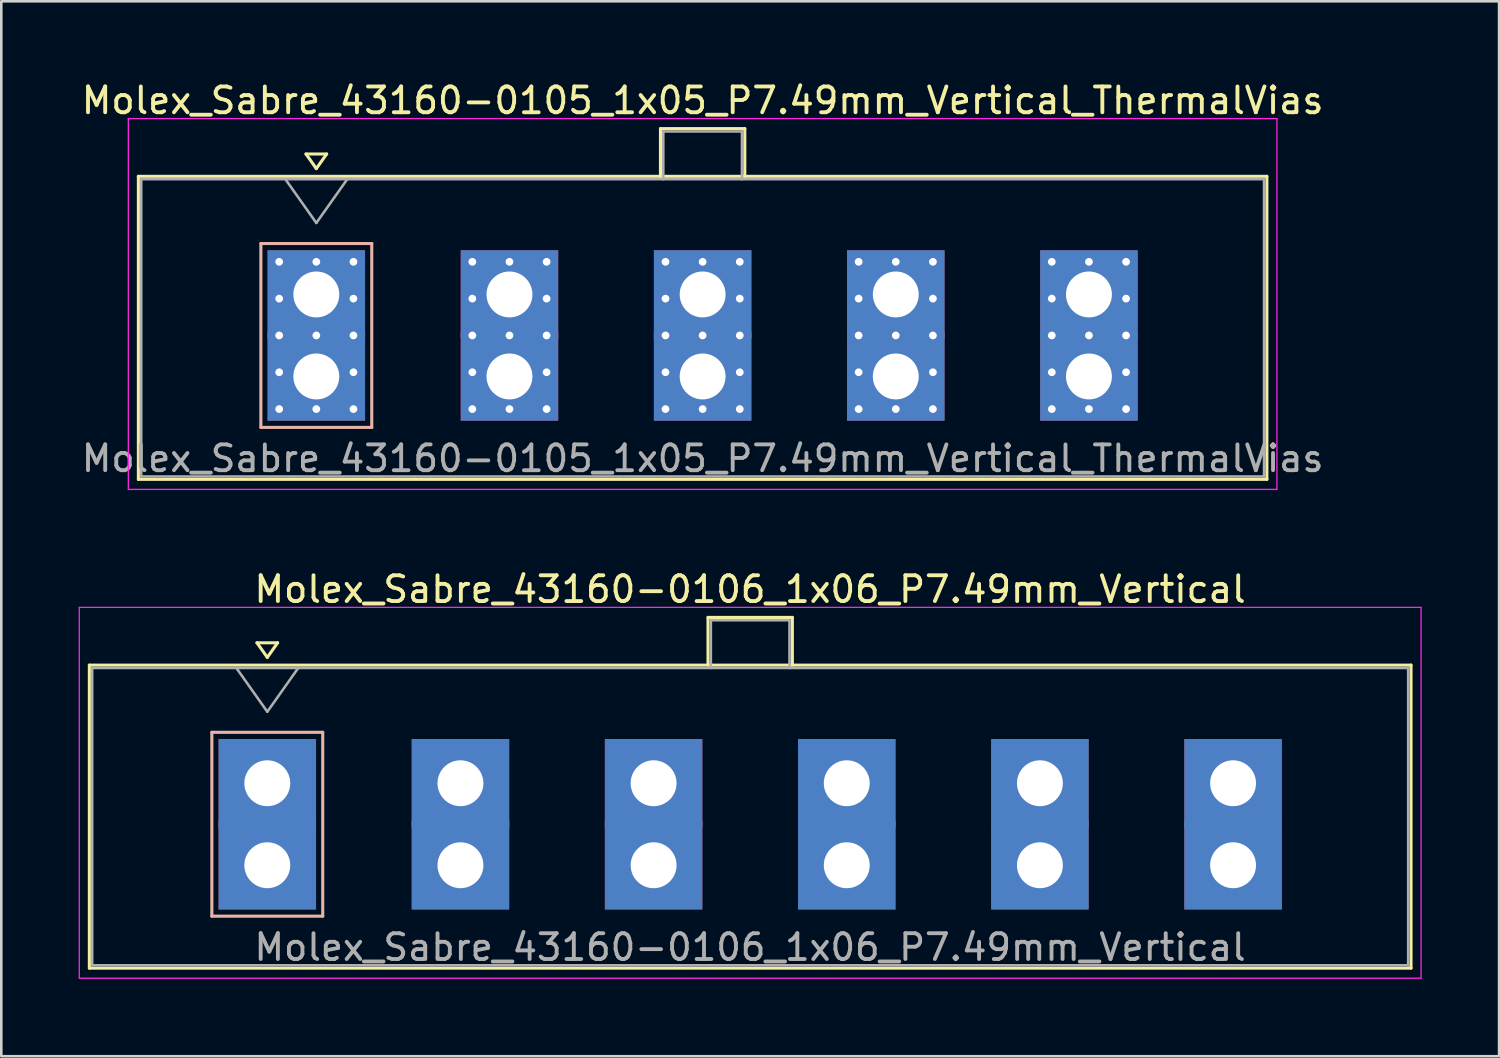
<source format=kicad_pcb>
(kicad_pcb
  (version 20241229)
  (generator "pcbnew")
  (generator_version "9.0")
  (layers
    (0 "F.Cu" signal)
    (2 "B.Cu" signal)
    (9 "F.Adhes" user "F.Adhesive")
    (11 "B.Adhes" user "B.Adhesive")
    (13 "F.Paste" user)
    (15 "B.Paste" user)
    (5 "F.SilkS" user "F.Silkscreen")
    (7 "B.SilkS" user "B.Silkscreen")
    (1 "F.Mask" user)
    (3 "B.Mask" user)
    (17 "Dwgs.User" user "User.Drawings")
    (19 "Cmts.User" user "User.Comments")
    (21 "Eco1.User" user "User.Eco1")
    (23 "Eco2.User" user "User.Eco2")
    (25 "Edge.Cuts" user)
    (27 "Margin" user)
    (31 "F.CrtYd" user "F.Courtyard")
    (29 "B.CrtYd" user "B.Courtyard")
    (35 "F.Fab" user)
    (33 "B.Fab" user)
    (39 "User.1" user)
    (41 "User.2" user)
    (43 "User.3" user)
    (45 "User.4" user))
  (footprint "Molex_Sabre_43160-0105_1x05_P7.49mm_Vertical_ThermalVias"
    (layer "F.Cu")
    (at 9.216 11.548)
    (property "Reference" "Molex_Sabre_43160-0105_1x05_P7.49mm_Vertical_ThermalVias" (at 14.98 -10.7 0) (layer "F.SilkS") (effects (font (size 1 1) (thickness 0.15))))
    (attr through_hole)
    (fp_line (start -6.9 -7.76) (end -6.9 3.99) (stroke (width 0.12) (type solid)) (layer "F.SilkS"))
    (fp_line (start -6.9 3.99) (end 36.86 3.99) (stroke (width 0.12) (type solid)) (layer "F.SilkS"))
    (fp_line (start -0.4 -8.626) (end 0 -8.06) (stroke (width 0.12) (type solid)) (layer "F.SilkS"))
    (fp_line (start 0 -8.06) (end 0.4 -8.626) (stroke (width 0.12) (type solid)) (layer "F.SilkS"))
    (fp_line (start 0.4 -8.626) (end -0.4 -8.626) (stroke (width 0.12) (type solid)) (layer "F.SilkS"))
    (fp_line (start 13.345 -9.61) (end 16.615 -9.61) (stroke (width 0.12) (type solid)) (layer "F.SilkS"))
    (fp_line (start 13.345 -7.76) (end 13.345 -9.61) (stroke (width 0.12) (type solid)) (layer "F.SilkS"))
    (fp_line (start 16.615 -9.61) (end 16.615 -7.76) (stroke (width 0.12) (type solid)) (layer "F.SilkS"))
    (fp_line (start 36.86 -7.76) (end -6.9 -7.76) (stroke (width 0.12) (type solid)) (layer "F.SilkS"))
    (fp_line (start 36.86 3.99) (end 36.86 -7.76) (stroke (width 0.12) (type solid)) (layer "F.SilkS"))
    (fp_line (start -2.15 -5.155) (end -2.15 1.975) (stroke (width 0.12) (type solid)) (layer "B.SilkS"))
    (fp_line (start -2.15 1.975) (end 2.15 1.975) (stroke (width 0.12) (type solid)) (layer "B.SilkS"))
    (fp_line (start 2.15 -5.155) (end -2.15 -5.155) (stroke (width 0.12) (type solid)) (layer "B.SilkS"))
    (fp_line (start 2.15 1.975) (end 2.15 -5.155) (stroke (width 0.12) (type solid)) (layer "B.SilkS"))
    (fp_line (start -7.29 -10) (end -7.29 4.38) (stroke (width 0.05) (type solid)) (layer "F.CrtYd"))
    (fp_line (start -7.29 4.38) (end 37.25 4.38) (stroke (width 0.05) (type solid)) (layer "F.CrtYd"))
    (fp_line (start 37.25 -10) (end -7.29 -10) (stroke (width 0.05) (type solid)) (layer "F.CrtYd"))
    (fp_line (start 37.25 4.38) (end 37.25 -10) (stroke (width 0.05) (type solid)) (layer "F.CrtYd"))
    (fp_line (start -6.79 -7.65) (end -6.79 3.88) (stroke (width 0.1) (type solid)) (layer "F.Fab"))
    (fp_line (start -6.79 3.88) (end 36.75 3.88) (stroke (width 0.1) (type solid)) (layer "F.Fab"))
    (fp_line (start -1.2 -7.65) (end 0 -5.953) (stroke (width 0.1) (type solid)) (layer "F.Fab"))
    (fp_line (start 0 -5.953) (end 1.2 -7.65) (stroke (width 0.1) (type solid)) (layer "F.Fab"))
    (fp_line (start 13.455 -9.5) (end 16.505 -9.5) (stroke (width 0.1) (type solid)) (layer "F.Fab"))
    (fp_line (start 13.455 -7.65) (end 13.455 -9.5) (stroke (width 0.1) (type solid)) (layer "F.Fab"))
    (fp_line (start 16.505 -9.5) (end 16.505 -7.65) (stroke (width 0.1) (type solid)) (layer "F.Fab"))
    (fp_line (start 36.75 -7.65) (end -6.79 -7.65) (stroke (width 0.1) (type solid)) (layer "F.Fab"))
    (fp_line (start 36.75 3.88) (end 36.75 -7.65) (stroke (width 0.1) (type solid)) (layer "F.Fab"))
    (fp_text user "${REFERENCE}" (at 14.98 3.18 0) (layer "F.Fab") (effects (font (size 1 1) (thickness 0.15))))
    (pad "1" thru_hole rect (at -1.44 -4.445) (size 0.6 0.6) (drill 0.3) (layers "*.Cu" "*.Mask"))
    (pad "1" thru_hole rect (at -1.44 -3.018) (size 0.6 0.6) (drill 0.3) (layers "*.Cu" "*.Mask"))
    (pad "1" thru_hole rect (at -1.44 -1.59) (size 0.6 0.6) (drill 0.3) (layers "*.Cu" "*.Mask"))
    (pad "1" thru_hole rect (at -1.44 -0.163) (size 0.6 0.6) (drill 0.3) (layers "*.Cu" "*.Mask"))
    (pad "1" thru_hole rect (at -1.44 1.265) (size 0.6 0.6) (drill 0.3) (layers "*.Cu" "*.Mask"))
    (pad "1" thru_hole rect (at 0 -4.445) (size 0.6 0.6) (drill 0.3) (layers "*.Cu" "*.Mask"))
    (pad "1" thru_hole rect (at 0 -3.18) (size 3.78 3.43) (drill 1.78) (layers "*.Cu" "*.Mask"))
    (pad "1" thru_hole rect (at 0 -1.59) (size 0.6 0.6) (drill 0.3) (layers "*.Cu" "*.Mask"))
    (pad "1" thru_hole rect (at 0 0) (size 3.78 3.43) (drill 1.78) (layers "*.Cu" "*.Mask"))
    (pad "1" thru_hole rect (at 0 1.265) (size 0.6 0.6) (drill 0.3) (layers "*.Cu" "*.Mask"))
    (pad "1" thru_hole rect (at 1.44 -4.445) (size 0.6 0.6) (drill 0.3) (layers "*.Cu" "*.Mask"))
    (pad "1" thru_hole rect (at 1.44 -3.018) (size 0.6 0.6) (drill 0.3) (layers "*.Cu" "*.Mask"))
    (pad "1" thru_hole rect (at 1.44 -1.59) (size 0.6 0.6) (drill 0.3) (layers "*.Cu" "*.Mask"))
    (pad "1" thru_hole rect (at 1.44 -0.163) (size 0.6 0.6) (drill 0.3) (layers "*.Cu" "*.Mask"))
    (pad "1" thru_hole rect (at 1.44 1.265) (size 0.6 0.6) (drill 0.3) (layers "*.Cu" "*.Mask"))
    (pad "2" thru_hole circle (at 6.05 -4.445) (size 0.6 0.6) (drill 0.3) (layers "*.Cu" "*.Mask"))
    (pad "2" thru_hole circle (at 6.05 -3.018) (size 0.6 0.6) (drill 0.3) (layers "*.Cu" "*.Mask"))
    (pad "2" thru_hole circle (at 6.05 -1.59) (size 0.6 0.6) (drill 0.3) (layers "*.Cu" "*.Mask"))
    (pad "2" thru_hole circle (at 6.05 -0.163) (size 0.6 0.6) (drill 0.3) (layers "*.Cu" "*.Mask"))
    (pad "2" thru_hole circle (at 6.05 1.265) (size 0.6 0.6) (drill 0.3) (layers "*.Cu" "*.Mask"))
    (pad "2" thru_hole circle (at 7.49 -4.445) (size 0.6 0.6) (drill 0.3) (layers "*.Cu" "*.Mask"))
    (pad "2" thru_hole rect (at 7.49 -3.18) (size 3.78 3.43) (drill 1.78) (layers "*.Cu" "*.Mask"))
    (pad "2" thru_hole circle (at 7.49 -1.59) (size 0.6 0.6) (drill 0.3) (layers "*.Cu" "*.Mask"))
    (pad "2" thru_hole rect (at 7.49 0) (size 3.78 3.43) (drill 1.78) (layers "*.Cu" "*.Mask"))
    (pad "2" thru_hole circle (at 7.49 1.265) (size 0.6 0.6) (drill 0.3) (layers "*.Cu" "*.Mask"))
    (pad "2" thru_hole circle (at 8.93 -4.445) (size 0.6 0.6) (drill 0.3) (layers "*.Cu" "*.Mask"))
    (pad "2" thru_hole circle (at 8.93 -3.018) (size 0.6 0.6) (drill 0.3) (layers "*.Cu" "*.Mask"))
    (pad "2" thru_hole circle (at 8.93 -1.59) (size 0.6 0.6) (drill 0.3) (layers "*.Cu" "*.Mask"))
    (pad "2" thru_hole circle (at 8.93 -0.163) (size 0.6 0.6) (drill 0.3) (layers "*.Cu" "*.Mask"))
    (pad "2" thru_hole circle (at 8.93 1.265) (size 0.6 0.6) (drill 0.3) (layers "*.Cu" "*.Mask"))
    (pad "3" thru_hole circle (at 13.54 -4.445) (size 0.6 0.6) (drill 0.3) (layers "*.Cu" "*.Mask"))
    (pad "3" thru_hole circle (at 13.54 -3.018) (size 0.6 0.6) (drill 0.3) (layers "*.Cu" "*.Mask"))
    (pad "3" thru_hole circle (at 13.54 -1.59) (size 0.6 0.6) (drill 0.3) (layers "*.Cu" "*.Mask"))
    (pad "3" thru_hole circle (at 13.54 -0.163) (size 0.6 0.6) (drill 0.3) (layers "*.Cu" "*.Mask"))
    (pad "3" thru_hole circle (at 13.54 1.265) (size 0.6 0.6) (drill 0.3) (layers "*.Cu" "*.Mask"))
    (pad "3" thru_hole circle (at 14.98 -4.445) (size 0.6 0.6) (drill 0.3) (layers "*.Cu" "*.Mask"))
    (pad "3" thru_hole rect (at 14.98 -3.18) (size 3.78 3.43) (drill 1.78) (layers "*.Cu" "*.Mask"))
    (pad "3" thru_hole circle (at 14.98 -1.59) (size 0.6 0.6) (drill 0.3) (layers "*.Cu" "*.Mask"))
    (pad "3" thru_hole rect (at 14.98 0) (size 3.78 3.43) (drill 1.78) (layers "*.Cu" "*.Mask"))
    (pad "3" thru_hole circle (at 14.98 1.265) (size 0.6 0.6) (drill 0.3) (layers "*.Cu" "*.Mask"))
    (pad "3" thru_hole circle (at 16.42 -4.445) (size 0.6 0.6) (drill 0.3) (layers "*.Cu" "*.Mask"))
    (pad "3" thru_hole circle (at 16.42 -3.018) (size 0.6 0.6) (drill 0.3) (layers "*.Cu" "*.Mask"))
    (pad "3" thru_hole circle (at 16.42 -1.59) (size 0.6 0.6) (drill 0.3) (layers "*.Cu" "*.Mask"))
    (pad "3" thru_hole circle (at 16.42 -0.163) (size 0.6 0.6) (drill 0.3) (layers "*.Cu" "*.Mask"))
    (pad "3" thru_hole circle (at 16.42 1.265) (size 0.6 0.6) (drill 0.3) (layers "*.Cu" "*.Mask"))
    (pad "4" thru_hole circle (at 21.03 -4.445) (size 0.6 0.6) (drill 0.3) (layers "*.Cu" "*.Mask"))
    (pad "4" thru_hole circle (at 21.03 -3.018) (size 0.6 0.6) (drill 0.3) (layers "*.Cu" "*.Mask"))
    (pad "4" thru_hole circle (at 21.03 -1.59) (size 0.6 0.6) (drill 0.3) (layers "*.Cu" "*.Mask"))
    (pad "4" thru_hole circle (at 21.03 -0.163) (size 0.6 0.6) (drill 0.3) (layers "*.Cu" "*.Mask"))
    (pad "4" thru_hole circle (at 21.03 1.265) (size 0.6 0.6) (drill 0.3) (layers "*.Cu" "*.Mask"))
    (pad "4" thru_hole circle (at 22.47 -4.445) (size 0.6 0.6) (drill 0.3) (layers "*.Cu" "*.Mask"))
    (pad "4" thru_hole rect (at 22.47 -3.18) (size 3.78 3.43) (drill 1.78) (layers "*.Cu" "*.Mask"))
    (pad "4" thru_hole circle (at 22.47 -1.59) (size 0.6 0.6) (drill 0.3) (layers "*.Cu" "*.Mask"))
    (pad "4" thru_hole rect (at 22.47 0) (size 3.78 3.43) (drill 1.78) (layers "*.Cu" "*.Mask"))
    (pad "4" thru_hole circle (at 22.47 1.265) (size 0.6 0.6) (drill 0.3) (layers "*.Cu" "*.Mask"))
    (pad "4" thru_hole circle (at 23.91 -4.445) (size 0.6 0.6) (drill 0.3) (layers "*.Cu" "*.Mask"))
    (pad "4" thru_hole circle (at 23.91 -3.018) (size 0.6 0.6) (drill 0.3) (layers "*.Cu" "*.Mask"))
    (pad "4" thru_hole circle (at 23.91 -1.59) (size 0.6 0.6) (drill 0.3) (layers "*.Cu" "*.Mask"))
    (pad "4" thru_hole circle (at 23.91 -0.163) (size 0.6 0.6) (drill 0.3) (layers "*.Cu" "*.Mask"))
    (pad "4" thru_hole circle (at 23.91 1.265) (size 0.6 0.6) (drill 0.3) (layers "*.Cu" "*.Mask"))
    (pad "5" thru_hole circle (at 28.52 -4.445) (size 0.6 0.6) (drill 0.3) (layers "*.Cu" "*.Mask"))
    (pad "5" thru_hole circle (at 28.52 -3.018) (size 0.6 0.6) (drill 0.3) (layers "*.Cu" "*.Mask"))
    (pad "5" thru_hole circle (at 28.52 -1.59) (size 0.6 0.6) (drill 0.3) (layers "*.Cu" "*.Mask"))
    (pad "5" thru_hole circle (at 28.52 -0.163) (size 0.6 0.6) (drill 0.3) (layers "*.Cu" "*.Mask"))
    (pad "5" thru_hole circle (at 28.52 1.265) (size 0.6 0.6) (drill 0.3) (layers "*.Cu" "*.Mask"))
    (pad "5" thru_hole circle (at 29.96 -4.445) (size 0.6 0.6) (drill 0.3) (layers "*.Cu" "*.Mask"))
    (pad "5" thru_hole rect (at 29.96 -3.18) (size 3.78 3.43) (drill 1.78) (layers "*.Cu" "*.Mask"))
    (pad "5" thru_hole circle (at 29.96 -1.59) (size 0.6 0.6) (drill 0.3) (layers "*.Cu" "*.Mask"))
    (pad "5" thru_hole rect (at 29.96 0) (size 3.78 3.43) (drill 1.78) (layers "*.Cu" "*.Mask"))
    (pad "5" thru_hole circle (at 29.96 1.265) (size 0.6 0.6) (drill 0.3) (layers "*.Cu" "*.Mask"))
    (pad "5" thru_hole circle (at 31.4 -4.445) (size 0.6 0.6) (drill 0.3) (layers "*.Cu" "*.Mask"))
    (pad "5" thru_hole circle (at 31.4 -3.018) (size 0.6 0.6) (drill 0.3) (layers "*.Cu" "*.Mask"))
    (pad "5" thru_hole circle (at 31.4 -1.59) (size 0.6 0.6) (drill 0.3) (layers "*.Cu" "*.Mask"))
    (pad "5" thru_hole circle (at 31.4 -0.163) (size 0.6 0.6) (drill 0.3) (layers "*.Cu" "*.Mask"))
    (pad "5" thru_hole circle (at 31.4 1.265) (size 0.6 0.6) (drill 0.3) (layers "*.Cu" "*.Mask")))
  (footprint "Molex_Sabre_43160-0106_1x06_P7.49mm_Vertical"
    (layer "F.Cu")
    (at 7.315 30.502)
    (property "Reference" "Molex_Sabre_43160-0106_1x06_P7.49mm_Vertical" (at 18.72 -10.7 0) (layer "F.SilkS") (effects (font (size 1 1) (thickness 0.15))))
    (attr through_hole)
    (fp_line (start -6.9 -7.76) (end -6.9 3.99) (stroke (width 0.12) (type solid)) (layer "F.SilkS"))
    (fp_line (start -6.9 3.99) (end 44.35 3.99) (stroke (width 0.12) (type solid)) (layer "F.SilkS"))
    (fp_line (start -0.4 -8.626) (end 0 -8.06) (stroke (width 0.12) (type solid)) (layer "F.SilkS"))
    (fp_line (start 0 -8.06) (end 0.4 -8.626) (stroke (width 0.12) (type solid)) (layer "F.SilkS"))
    (fp_line (start 0.4 -8.626) (end -0.4 -8.626) (stroke (width 0.12) (type solid)) (layer "F.SilkS"))
    (fp_line (start 17.09 -9.61) (end 20.36 -9.61) (stroke (width 0.12) (type solid)) (layer "F.SilkS"))
    (fp_line (start 17.09 -7.76) (end 17.09 -9.61) (stroke (width 0.12) (type solid)) (layer "F.SilkS"))
    (fp_line (start 20.36 -9.61) (end 20.36 -7.76) (stroke (width 0.12) (type solid)) (layer "F.SilkS"))
    (fp_line (start 44.35 -7.76) (end -6.9 -7.76) (stroke (width 0.12) (type solid)) (layer "F.SilkS"))
    (fp_line (start 44.35 3.99) (end 44.35 -7.76) (stroke (width 0.12) (type solid)) (layer "F.SilkS"))
    (fp_line (start -2.15 -5.155) (end -2.15 1.975) (stroke (width 0.12) (type solid)) (layer "B.SilkS"))
    (fp_line (start -2.15 1.975) (end 2.15 1.975) (stroke (width 0.12) (type solid)) (layer "B.SilkS"))
    (fp_line (start 2.15 -5.155) (end -2.15 -5.155) (stroke (width 0.12) (type solid)) (layer "B.SilkS"))
    (fp_line (start 2.15 1.975) (end 2.15 -5.155) (stroke (width 0.12) (type solid)) (layer "B.SilkS"))
    (fp_line (start -7.29 -10) (end -7.29 4.38) (stroke (width 0.05) (type solid)) (layer "F.CrtYd"))
    (fp_line (start -7.29 4.38) (end 44.74 4.38) (stroke (width 0.05) (type solid)) (layer "F.CrtYd"))
    (fp_line (start 44.74 -10) (end -7.29 -10) (stroke (width 0.05) (type solid)) (layer "F.CrtYd"))
    (fp_line (start 44.74 4.38) (end 44.74 -10) (stroke (width 0.05) (type solid)) (layer "F.CrtYd"))
    (fp_line (start -6.79 -7.65) (end -6.79 3.88) (stroke (width 0.1) (type solid)) (layer "F.Fab"))
    (fp_line (start -6.79 3.88) (end 44.24 3.88) (stroke (width 0.1) (type solid)) (layer "F.Fab"))
    (fp_line (start -1.2 -7.65) (end 0 -5.953) (stroke (width 0.1) (type solid)) (layer "F.Fab"))
    (fp_line (start 0 -5.953) (end 1.2 -7.65) (stroke (width 0.1) (type solid)) (layer "F.Fab"))
    (fp_line (start 17.2 -9.5) (end 20.25 -9.5) (stroke (width 0.1) (type solid)) (layer "F.Fab"))
    (fp_line (start 17.2 -7.65) (end 17.2 -9.5) (stroke (width 0.1) (type solid)) (layer "F.Fab"))
    (fp_line (start 20.25 -9.5) (end 20.25 -7.65) (stroke (width 0.1) (type solid)) (layer "F.Fab"))
    (fp_line (start 44.24 -7.65) (end -6.79 -7.65) (stroke (width 0.1) (type solid)) (layer "F.Fab"))
    (fp_line (start 44.24 3.88) (end 44.24 -7.65) (stroke (width 0.1) (type solid)) (layer "F.Fab"))
    (fp_text user "${REFERENCE}" (at 18.72 3.18 0) (layer "F.Fab") (effects (font (size 1 1) (thickness 0.15))))
    (pad "1" thru_hole rect (at 0 -3.18) (size 3.78 3.43) (drill 1.78) (layers "*.Cu" "*.Mask"))
    (pad "1" thru_hole rect (at 0 0) (size 3.78 3.43) (drill 1.78) (layers "*.Cu" "*.Mask"))
    (pad "2" thru_hole rect (at 7.49 -3.18) (size 3.78 3.43) (drill 1.78) (layers "*.Cu" "*.Mask"))
    (pad "2" thru_hole rect (at 7.49 0) (size 3.78 3.43) (drill 1.78) (layers "*.Cu" "*.Mask"))
    (pad "3" thru_hole rect (at 14.98 -3.18) (size 3.78 3.43) (drill 1.78) (layers "*.Cu" "*.Mask"))
    (pad "3" thru_hole rect (at 14.98 0) (size 3.78 3.43) (drill 1.78) (layers "*.Cu" "*.Mask"))
    (pad "4" thru_hole rect (at 22.47 -3.18) (size 3.78 3.43) (drill 1.78) (layers "*.Cu" "*.Mask"))
    (pad "4" thru_hole rect (at 22.47 0) (size 3.78 3.43) (drill 1.78) (layers "*.Cu" "*.Mask"))
    (pad "5" thru_hole rect (at 29.96 -3.18) (size 3.78 3.43) (drill 1.78) (layers "*.Cu" "*.Mask"))
    (pad "5" thru_hole rect (at 29.96 0) (size 3.78 3.43) (drill 1.78) (layers "*.Cu" "*.Mask"))
    (pad "6" thru_hole rect (at 37.45 -3.18) (size 3.78 3.43) (drill 1.78) (layers "*.Cu" "*.Mask"))
    (pad "6" thru_hole rect (at 37.45 0) (size 3.78 3.43) (drill 1.78) (layers "*.Cu" "*.Mask")))
  (gr_rect
    (start -3 -3)
    (end 55.08 37.907)
    (stroke (width 0.1) (type default))
    (fill no)
    (layer "Edge.Cuts")))
</source>
